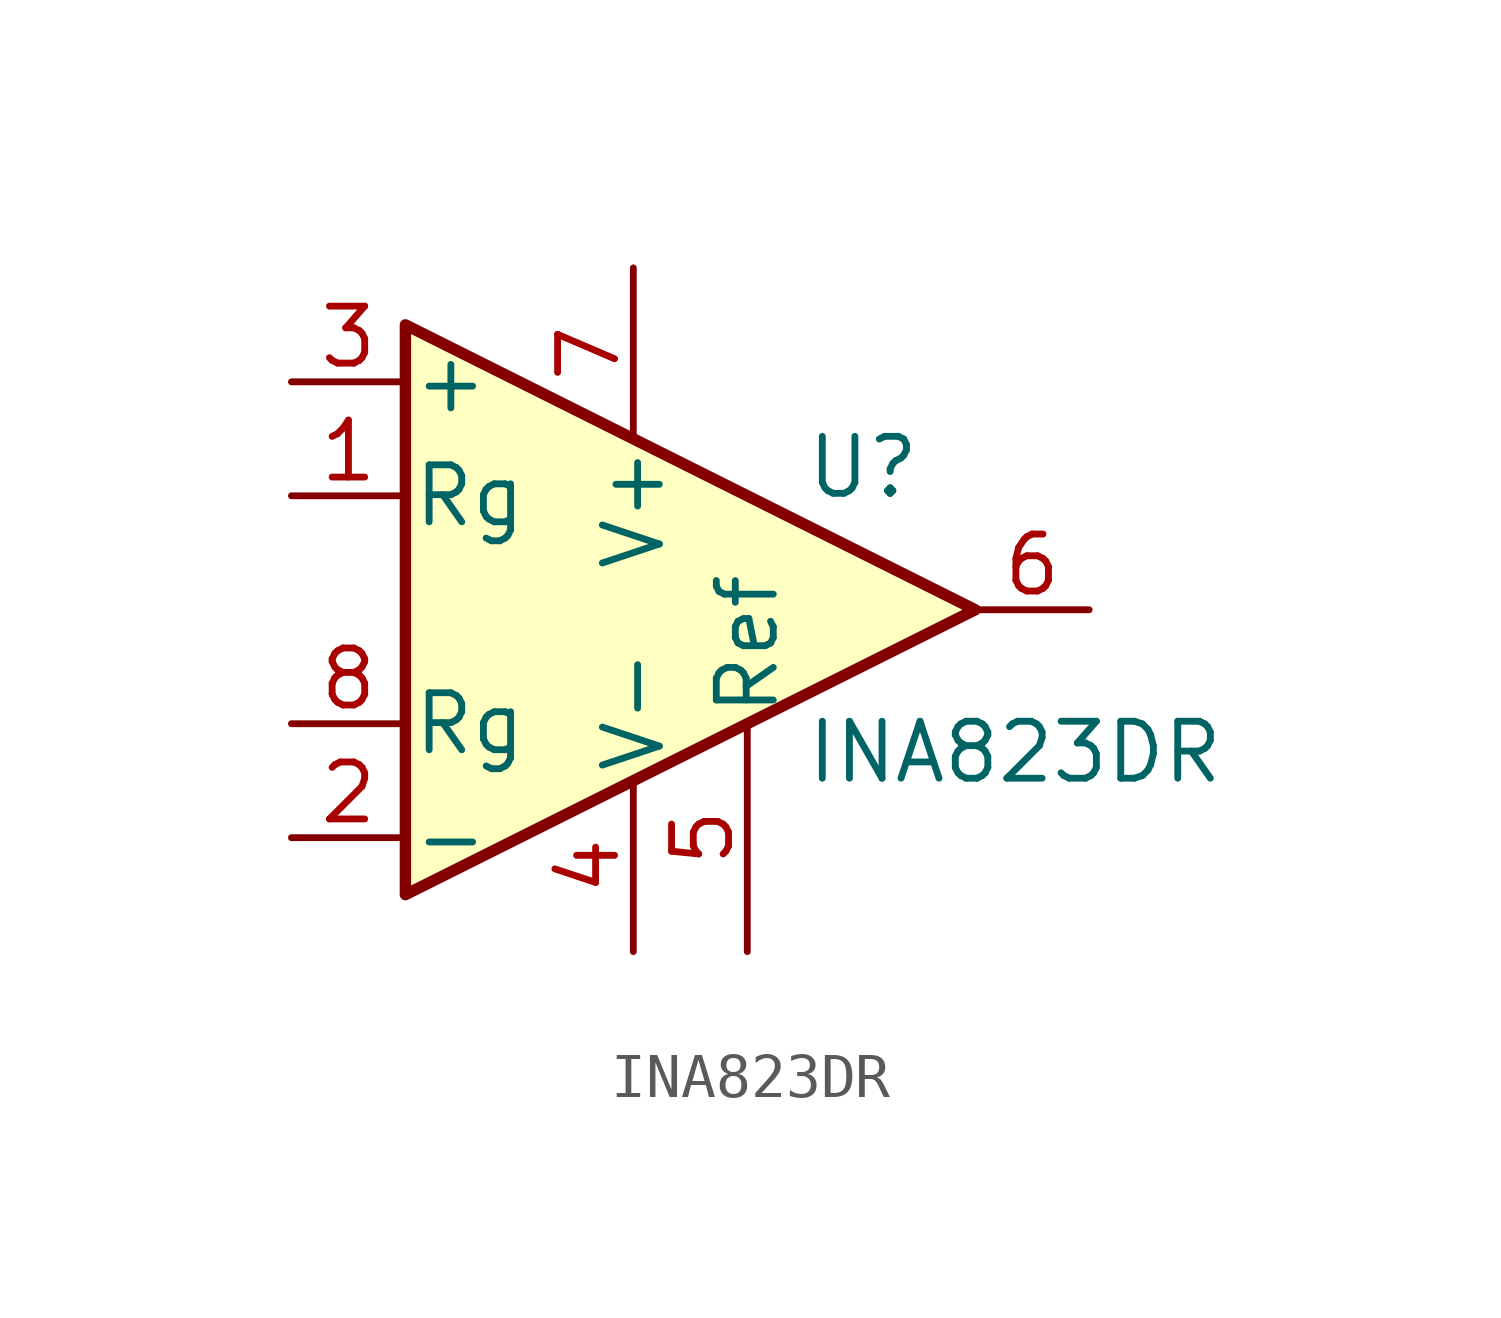
<source format=kicad_sym>
(kicad_symbol_lib
  (version 20220914)
  (generator kicad_symbol_editor)
  (symbol "INA823DR"
    (pin_names
      (offset 0.127))
    (property "Reference" "U"
      (at 3.81 3.175 0)
      (effects (font (size 1.27 1.27)) (justify left)))
    (property "Value" "INA823DR"
      (at 3.81 -3.175 0)
      (effects (font (size 1.27 1.27)) (justify left)))
    (symbol "INA823DR_0_1"
      (polyline (pts (xy 7.62 0) (xy -5.08 6.35) (xy -5.08 -6.35) (xy 7.62 0)) (stroke (width 0.254) (type default)) (fill (type background))))
    (symbol "INA823DR_1_1"
      (pin passive line (at -7.62 2.54 0) (length 2.54) (name "Rg" (effects (font (size 1.27 1.27)))) (number "1" (effects (font (size 1.27 1.27)))))
      (pin input line (at -7.62 -5.08 0) (length 2.54) (name "-" (effects (font (size 1.27 1.27)))) (number "2" (effects (font (size 1.27 1.27)))))
      (pin input line (at -7.62 5.08 0) (length 2.54) (name "+" (effects (font (size 1.27 1.27)))) (number "3" (effects (font (size 1.27 1.27)))))
      (pin power_in line (at 0 -7.62 90) (length 3.81) (name "V-" (effects (font (size 1.27 1.27)))) (number "4" (effects (font (size 1.27 1.27)))))
      (pin input line (at 2.54 -7.62 90) (length 5.08) (name "Ref" (effects (font (size 1.27 1.27)))) (number "5" (effects (font (size 1.27 1.27)))))
      (pin output line (at 10.16 0 180) (length 2.54) (name "~" (effects (font (size 1.27 1.27)))) (number "6" (effects (font (size 1.27 1.27)))))
      (pin power_in line (at 0 7.62 270) (length 3.81) (name "V+" (effects (font (size 1.27 1.27)))) (number "7" (effects (font (size 1.27 1.27)))))
      (pin passive line (at -7.62 -2.54 0) (length 2.54) (name "Rg" (effects (font (size 1.27 1.27)))) (number "8" (effects (font (size 1.27 1.27))))))))
</source>
